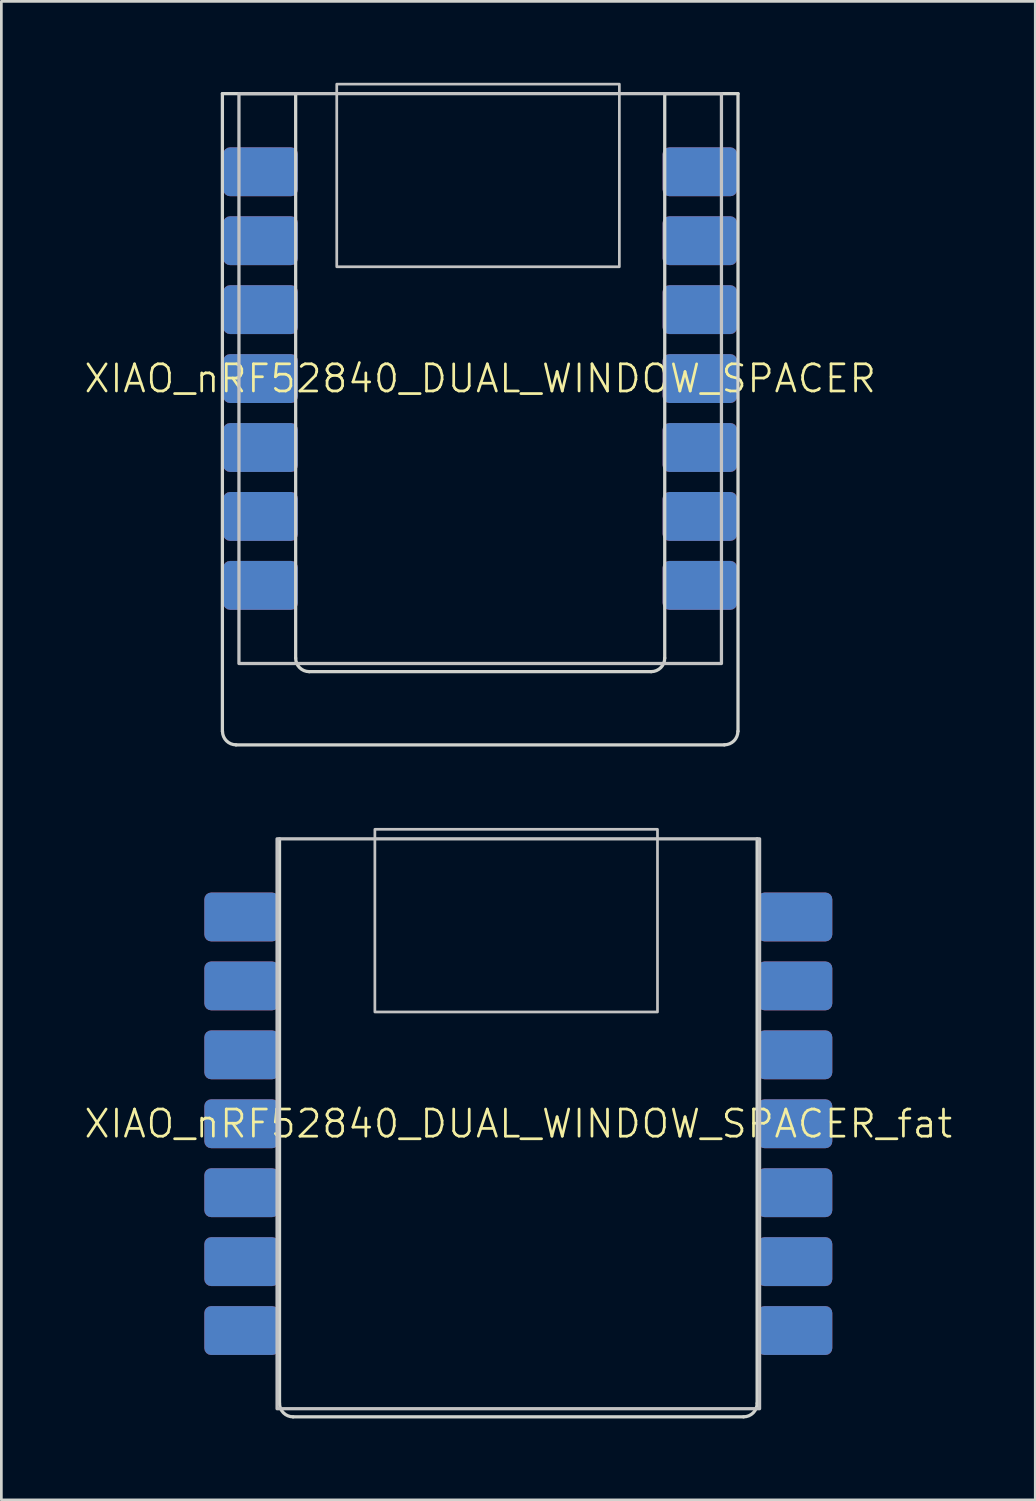
<source format=kicad_pcb>
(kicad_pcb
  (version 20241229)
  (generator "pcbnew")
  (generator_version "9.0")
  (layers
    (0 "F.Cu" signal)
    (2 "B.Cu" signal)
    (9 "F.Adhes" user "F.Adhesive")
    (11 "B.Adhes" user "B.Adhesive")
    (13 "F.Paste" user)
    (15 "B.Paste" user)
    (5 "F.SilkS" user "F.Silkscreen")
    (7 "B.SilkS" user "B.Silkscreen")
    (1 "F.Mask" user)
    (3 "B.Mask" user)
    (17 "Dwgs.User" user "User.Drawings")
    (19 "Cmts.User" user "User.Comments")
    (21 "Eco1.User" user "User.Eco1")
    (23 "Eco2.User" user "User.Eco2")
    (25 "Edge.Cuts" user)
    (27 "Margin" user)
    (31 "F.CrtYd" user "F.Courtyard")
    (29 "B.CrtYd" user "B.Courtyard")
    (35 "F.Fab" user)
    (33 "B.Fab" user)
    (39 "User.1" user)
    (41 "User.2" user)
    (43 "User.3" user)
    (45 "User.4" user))
  (footprint "XIAO_nRF52840_DUAL_WINDOW_SPACER"
    (layer "F.Cu")
    (at 14.645 0.4)
    (property "Reference" "XIAO_nRF52840_DUAL_WINDOW_SPACER" (at 0 10.5 0) (unlocked yes) (layer "F.SilkS") (effects (font (size 1 1) (thickness 0.1))))
    (attr smd)
    (fp_rect (start -8.89 21) (end 8.89 0) (stroke (width 0.12) (type solid)) (fill no) (layer "Dwgs.User"))
    (fp_rect (start -5.286 -0.35) (end 5.128 6.381) (stroke (width 0.1) (type default)) (fill no) (layer "Dwgs.User"))
    (fp_line (start -9.5 0) (end -6.8 0) (stroke (width 0.12) (type default)) (layer "Edge.Cuts"))
    (fp_line (start -9.5 23.5) (end -9.5 0) (stroke (width 0.12) (type default)) (layer "Edge.Cuts"))
    (fp_line (start -6.8 0) (end -6.8 20.8) (stroke (width 0.12) (type default)) (layer "Edge.Cuts"))
    (fp_line (start -6.3 21.3) (end 6.3 21.3) (stroke (width 0.12) (type default)) (layer "Edge.Cuts"))
    (fp_line (start 6.8 0) (end 9.5 0) (stroke (width 0.12) (type default)) (layer "Edge.Cuts"))
    (fp_line (start 6.8 20.8) (end 6.8 0) (stroke (width 0.12) (type default)) (layer "Edge.Cuts"))
    (fp_line (start 9 24) (end -9 24) (stroke (width 0.12) (type default)) (layer "Edge.Cuts"))
    (fp_line (start 9.5 0) (end 9.5 23.5) (stroke (width 0.12) (type default)) (layer "Edge.Cuts"))
    (fp_arc (start -8.996447 23.996447) (mid -9.35 23.85) (end -9.496447 23.496447) (stroke (width 0.12) (type default)) (layer "Edge.Cuts"))
    (fp_arc (start -6.3 21.3) (mid -6.653553 21.153553) (end -6.8 20.8) (stroke (width 0.12) (type default)) (layer "Edge.Cuts"))
    (fp_arc (start 6.8 20.8) (mid 6.653553 21.153553) (end 6.3 21.3) (stroke (width 0.12) (type default)) (layer "Edge.Cuts"))
    (fp_arc (start 9.496447 23.496447) (mid 9.35 23.85) (end 8.996447 23.996447) (stroke (width 0.12) (type default)) (layer "Edge.Cuts"))
    (pad "1" smd roundrect (at -8.57 2.88) (size 2.75 1.8) (drill (offset 0.475 0)) (layers "B.Cu" "B.Mask" "B.Paste") (roundrect_rratio 0.139))
    (pad "1" smd roundrect (at 8.57 2.88) (size 2.75 1.8) (drill (offset -0.475 0)) (layers "F.Cu" "F.Mask" "F.Paste") (roundrect_rratio 0.139))
    (pad "2" smd roundrect (at -8.57 5.42) (size 2.75 1.8) (drill (offset 0.475 0)) (layers "B.Cu" "B.Mask" "B.Paste") (roundrect_rratio 0.139))
    (pad "2" smd roundrect (at 8.57 5.42) (size 2.75 1.8) (drill (offset -0.475 0)) (layers "F.Cu" "F.Mask" "F.Paste") (roundrect_rratio 0.139))
    (pad "3" smd roundrect (at -8.57 7.96) (size 2.75 1.8) (drill (offset 0.475 0)) (layers "B.Cu" "B.Mask" "B.Paste") (roundrect_rratio 0.139))
    (pad "3" smd roundrect (at 8.57 7.96) (size 2.75 1.8) (drill (offset -0.475 0)) (layers "F.Cu" "F.Mask" "F.Paste") (roundrect_rratio 0.139))
    (pad "4" smd roundrect (at -8.57 10.5) (size 2.75 1.8) (drill (offset 0.475 0)) (layers "B.Cu" "B.Mask" "B.Paste") (roundrect_rratio 0.139))
    (pad "4" smd roundrect (at 8.57 10.5) (size 2.75 1.8) (drill (offset -0.475 0)) (layers "F.Cu" "F.Mask" "F.Paste") (roundrect_rratio 0.139))
    (pad "5" smd roundrect (at -8.57 13.04) (size 2.75 1.8) (drill (offset 0.475 0)) (layers "B.Cu" "B.Mask" "B.Paste") (roundrect_rratio 0.139))
    (pad "5" smd roundrect (at 8.57 13.04) (size 2.75 1.8) (drill (offset -0.475 0)) (layers "F.Cu" "F.Mask" "F.Paste") (roundrect_rratio 0.139))
    (pad "6" smd roundrect (at -8.57 15.58) (size 2.75 1.8) (drill (offset 0.475 0)) (layers "B.Cu" "B.Mask" "B.Paste") (roundrect_rratio 0.139))
    (pad "6" smd roundrect (at 8.57 15.58) (size 2.75 1.8) (drill (offset -0.475 0)) (layers "F.Cu" "F.Mask" "F.Paste") (roundrect_rratio 0.139))
    (pad "7" smd roundrect (at -8.57 18.12) (size 2.75 1.8) (drill (offset 0.475 0)) (layers "B.Cu" "B.Mask" "B.Paste") (roundrect_rratio 0.139))
    (pad "7" smd roundrect (at 8.57 18.12) (size 2.75 1.8) (drill (offset -0.475 0)) (layers "F.Cu" "F.Mask" "F.Paste") (roundrect_rratio 0.139))
    (pad "8" smd roundrect (at -8.57 18.12 180) (size 2.75 1.8) (drill (offset -0.475 0)) (layers "F.Cu" "F.Mask" "F.Paste") (roundrect_rratio 0.139))
    (pad "8" smd roundrect (at 8.57 18.12 180) (size 2.75 1.8) (drill (offset 0.475 0)) (layers "B.Cu" "B.Mask" "B.Paste") (roundrect_rratio 0.139))
    (pad "9" smd roundrect (at -8.57 15.58 180) (size 2.75 1.8) (drill (offset -0.475 0)) (layers "F.Cu" "F.Mask" "F.Paste") (roundrect_rratio 0.139))
    (pad "9" smd roundrect (at 8.57 15.58 180) (size 2.75 1.8) (drill (offset 0.475 0)) (layers "B.Cu" "B.Mask" "B.Paste") (roundrect_rratio 0.139))
    (pad "10" smd roundrect (at -8.57 13.04 180) (size 2.75 1.8) (drill (offset -0.475 0)) (layers "F.Cu" "F.Mask" "F.Paste") (roundrect_rratio 0.139))
    (pad "10" smd roundrect (at 8.57 13.04 180) (size 2.75 1.8) (drill (offset 0.475 0)) (layers "B.Cu" "B.Mask" "B.Paste") (roundrect_rratio 0.139))
    (pad "11" smd roundrect (at -8.57 10.5 180) (size 2.75 1.8) (drill (offset -0.475 0)) (layers "F.Cu" "F.Mask" "F.Paste") (roundrect_rratio 0.139))
    (pad "11" smd roundrect (at 8.57 10.5 180) (size 2.75 1.8) (drill (offset 0.475 0)) (layers "B.Cu" "B.Mask" "B.Paste") (roundrect_rratio 0.139))
    (pad "12" smd roundrect (at -8.57 7.96 180) (size 2.75 1.8) (drill (offset -0.475 0)) (layers "F.Cu" "F.Mask" "F.Paste") (roundrect_rratio 0.139))
    (pad "12" smd roundrect (at 8.57 7.96 180) (size 2.75 1.8) (drill (offset 0.475 0)) (layers "B.Cu" "B.Mask" "B.Paste") (roundrect_rratio 0.139))
    (pad "13" smd roundrect (at -8.57 5.42 180) (size 2.75 1.8) (drill (offset -0.475 0)) (layers "F.Cu" "F.Mask" "F.Paste") (roundrect_rratio 0.139))
    (pad "13" smd roundrect (at 8.57 5.42 180) (size 2.75 1.8) (drill (offset 0.475 0)) (layers "B.Cu" "B.Mask" "B.Paste") (roundrect_rratio 0.139))
    (pad "14" smd roundrect (at -8.57 2.88 180) (size 2.75 1.8) (drill (offset -0.475 0)) (layers "F.Cu" "F.Mask" "F.Paste") (roundrect_rratio 0.139))
    (pad "14" smd roundrect (at 8.57 2.88 180) (size 2.75 1.8) (drill (offset 0.475 0)) (layers "B.Cu" "B.Mask" "B.Paste") (roundrect_rratio 0.139)))
  (footprint "XIAO_nRF52840_DUAL_WINDOW_SPACER_fat"
    (layer "F.Cu")
    (at 16.05 27.86)
    (property "Reference" "XIAO_nRF52840_DUAL_WINDOW_SPACER_fat" (at 0 10.5 0) (unlocked yes) (layer "F.SilkS") (effects (font (size 1 1) (thickness 0.1))))
    (attr smd)
    (fp_rect (start -8.89 21) (end 8.89 0) (stroke (width 0.12) (type solid)) (fill no) (layer "Dwgs.User"))
    (fp_rect (start -5.286 -0.35) (end 5.128 6.381) (stroke (width 0.1) (type default)) (fill no) (layer "Dwgs.User"))
    (fp_line (start -8.8 0) (end -8.8 20.8) (stroke (width 0.12) (type default)) (layer "Edge.Cuts"))
    (fp_line (start -8.3 21.3) (end 8.3 21.3) (stroke (width 0.12) (type default)) (layer "Edge.Cuts"))
    (fp_line (start 8.8 20.8) (end 8.8 0) (stroke (width 0.12) (type default)) (layer "Edge.Cuts"))
    (fp_arc (start -8.3 21.3) (mid -8.653553 21.153553) (end -8.8 20.8) (stroke (width 0.12) (type default)) (layer "Edge.Cuts"))
    (fp_arc (start 8.8 20.8) (mid 8.653553 21.153553) (end 8.3 21.3) (stroke (width 0.12) (type default)) (layer "Edge.Cuts"))
    (pad "1" smd roundrect (at -10.67 2.88) (size 2.75 1.8) (drill (offset 0.475 0)) (layers "B.Cu" "B.Mask" "B.Paste") (roundrect_rratio 0.139))
    (pad "1" smd roundrect (at 10.67 2.88) (size 2.75 1.8) (drill (offset -0.475 0)) (layers "F.Cu" "F.Mask" "F.Paste") (roundrect_rratio 0.139))
    (pad "2" smd roundrect (at -10.67 5.42) (size 2.75 1.8) (drill (offset 0.475 0)) (layers "B.Cu" "B.Mask" "B.Paste") (roundrect_rratio 0.139))
    (pad "2" smd roundrect (at 10.67 5.42) (size 2.75 1.8) (drill (offset -0.475 0)) (layers "F.Cu" "F.Mask" "F.Paste") (roundrect_rratio 0.139))
    (pad "3" smd roundrect (at -10.67 7.96) (size 2.75 1.8) (drill (offset 0.475 0)) (layers "B.Cu" "B.Mask" "B.Paste") (roundrect_rratio 0.139))
    (pad "3" smd roundrect (at 10.67 7.96) (size 2.75 1.8) (drill (offset -0.475 0)) (layers "F.Cu" "F.Mask" "F.Paste") (roundrect_rratio 0.139))
    (pad "4" smd roundrect (at -10.67 10.5) (size 2.75 1.8) (drill (offset 0.475 0)) (layers "B.Cu" "B.Mask" "B.Paste") (roundrect_rratio 0.139))
    (pad "4" smd roundrect (at 10.67 10.5) (size 2.75 1.8) (drill (offset -0.475 0)) (layers "F.Cu" "F.Mask" "F.Paste") (roundrect_rratio 0.139))
    (pad "5" smd roundrect (at -10.67 13.04) (size 2.75 1.8) (drill (offset 0.475 0)) (layers "B.Cu" "B.Mask" "B.Paste") (roundrect_rratio 0.139))
    (pad "5" smd roundrect (at 10.67 13.04) (size 2.75 1.8) (drill (offset -0.475 0)) (layers "F.Cu" "F.Mask" "F.Paste") (roundrect_rratio 0.139))
    (pad "6" smd roundrect (at -10.67 15.58) (size 2.75 1.8) (drill (offset 0.475 0)) (layers "B.Cu" "B.Mask" "B.Paste") (roundrect_rratio 0.139))
    (pad "6" smd roundrect (at 10.67 15.58) (size 2.75 1.8) (drill (offset -0.475 0)) (layers "F.Cu" "F.Mask" "F.Paste") (roundrect_rratio 0.139))
    (pad "7" smd roundrect (at -10.67 18.12) (size 2.75 1.8) (drill (offset 0.475 0)) (layers "B.Cu" "B.Mask" "B.Paste") (roundrect_rratio 0.139))
    (pad "7" smd roundrect (at 10.67 18.12) (size 2.75 1.8) (drill (offset -0.475 0)) (layers "F.Cu" "F.Mask" "F.Paste") (roundrect_rratio 0.139))
    (pad "8" smd roundrect (at -10.67 18.12 180) (size 2.75 1.8) (drill (offset -0.475 0)) (layers "F.Cu" "F.Mask" "F.Paste") (roundrect_rratio 0.139))
    (pad "8" smd roundrect (at 10.67 18.12 180) (size 2.75 1.8) (drill (offset 0.475 0)) (layers "B.Cu" "B.Mask" "B.Paste") (roundrect_rratio 0.139))
    (pad "9" smd roundrect (at -10.67 15.58 180) (size 2.75 1.8) (drill (offset -0.475 0)) (layers "F.Cu" "F.Mask" "F.Paste") (roundrect_rratio 0.139))
    (pad "9" smd roundrect (at 10.67 15.58 180) (size 2.75 1.8) (drill (offset 0.475 0)) (layers "B.Cu" "B.Mask" "B.Paste") (roundrect_rratio 0.139))
    (pad "10" smd roundrect (at -10.67 13.04 180) (size 2.75 1.8) (drill (offset -0.475 0)) (layers "F.Cu" "F.Mask" "F.Paste") (roundrect_rratio 0.139))
    (pad "10" smd roundrect (at 10.67 13.04 180) (size 2.75 1.8) (drill (offset 0.475 0)) (layers "B.Cu" "B.Mask" "B.Paste") (roundrect_rratio 0.139))
    (pad "11" smd roundrect (at -10.67 10.5 180) (size 2.75 1.8) (drill (offset -0.475 0)) (layers "F.Cu" "F.Mask" "F.Paste") (roundrect_rratio 0.139))
    (pad "11" smd roundrect (at 10.67 10.5 180) (size 2.75 1.8) (drill (offset 0.475 0)) (layers "B.Cu" "B.Mask" "B.Paste") (roundrect_rratio 0.139))
    (pad "12" smd roundrect (at -10.67 7.96 180) (size 2.75 1.8) (drill (offset -0.475 0)) (layers "F.Cu" "F.Mask" "F.Paste") (roundrect_rratio 0.139))
    (pad "12" smd roundrect (at 10.67 7.96 180) (size 2.75 1.8) (drill (offset 0.475 0)) (layers "B.Cu" "B.Mask" "B.Paste") (roundrect_rratio 0.139))
    (pad "13" smd roundrect (at -10.67 5.42 180) (size 2.75 1.8) (drill (offset -0.475 0)) (layers "F.Cu" "F.Mask" "F.Paste") (roundrect_rratio 0.139))
    (pad "13" smd roundrect (at 10.67 5.42 180) (size 2.75 1.8) (drill (offset 0.475 0)) (layers "B.Cu" "B.Mask" "B.Paste") (roundrect_rratio 0.139))
    (pad "14" smd roundrect (at -10.67 2.88 180) (size 2.75 1.8) (drill (offset -0.475 0)) (layers "F.Cu" "F.Mask" "F.Paste") (roundrect_rratio 0.139))
    (pad "14" smd roundrect (at 10.67 2.88 180) (size 2.75 1.8) (drill (offset 0.475 0)) (layers "B.Cu" "B.Mask" "B.Paste") (roundrect_rratio 0.139)))
  (gr_rect
    (start -3 -3)
    (end 35.1 52.22)
    (stroke (width 0.1) (type default))
    (fill no)
    (layer "Edge.Cuts")))
</source>
